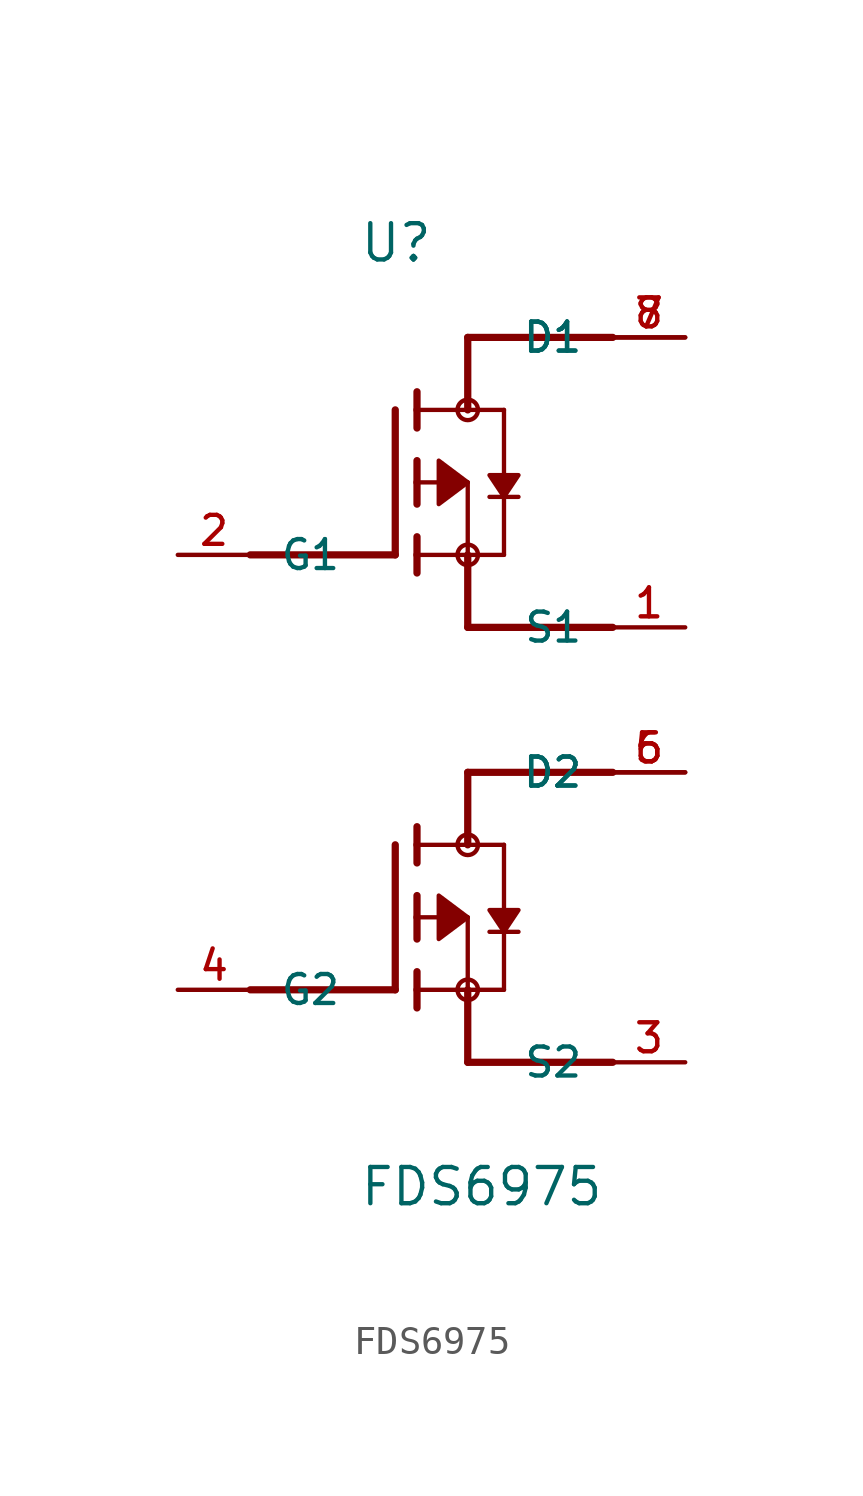
<source format=kicad_sym>
(kicad_symbol_lib
  (version 20211014)
  (generator kicad_symbol_editor)
  (symbol "FDS6975"
    (pin_names
      (offset 1.016))
    (property "Reference" "U"
      (at -3.817 15.269 0)
      (effects (font (size 1.27 1.27)) (justify bottom left)))
    (property "Value" "FDS6975"
      (at -3.815 -17.801 0)
      (effects (font (size 1.27 1.27)) (justify bottom left)))
    (symbol "FDS6975_0_0"
      (polyline (pts (xy -1.778 8.382) (xy -1.778 7.62)) (stroke (width 0.254)))
      (polyline (pts (xy -1.778 7.62) (xy -1.778 6.858)) (stroke (width 0.254)))
      (polyline (pts (xy -1.778 10.795) (xy -1.778 10.16)) (stroke (width 0.254)))
      (polyline (pts (xy -1.778 10.16) (xy -1.778 9.525)) (stroke (width 0.254)))
      (polyline (pts (xy -1.778 7.62) (xy 0.0 7.62)) (stroke (width 0.152)))
      (polyline (pts (xy 0.0 7.62) (xy 0.0 5.08)) (stroke (width 0.152)))
      (polyline (pts (xy -1.778 5.715) (xy -1.778 5.08)) (stroke (width 0.254)))
      (polyline (pts (xy -1.778 5.08) (xy -1.778 4.445)) (stroke (width 0.254)))
      (polyline (pts (xy -2.54 10.16) (xy -2.54 5.08)) (stroke (width 0.254)))
      (polyline (pts (xy 0.0 5.08) (xy -1.778 5.08)) (stroke (width 0.152)))
      (polyline (pts (xy 1.27 10.16) (xy 1.27 7.112)) (stroke (width 0.152)))
      (polyline (pts (xy 1.27 7.112) (xy 1.27 5.08)) (stroke (width 0.152)))
      (polyline (pts (xy 0.0 5.08) (xy 1.27 5.08)) (stroke (width 0.152)))
      (polyline (pts (xy -1.778 10.16) (xy 0.0 10.16)) (stroke (width 0.152)))
      (polyline (pts (xy 0.0 10.16) (xy 1.27 10.16)) (stroke (width 0.152)))
      (polyline (pts (xy 0.762 7.112) (xy 1.27 7.112)) (stroke (width 0.152)))
      (polyline (pts (xy 1.27 7.112) (xy 1.778 7.112)) (stroke (width 0.152)))
      (circle (center 0.0 5.08) (radius 0.359) (stroke (width 0.0)) (fill (type none)))
      (circle (center 0.0 10.16) (radius 0.359) (stroke (width 0.0)) (fill (type none)))
      (polyline (pts (xy 1.27 7.112) (xy 1.778 7.874) (xy 0.762 7.874) (xy 1.27 7.112)) (stroke (width 0.152)) (fill (type outline)))
      (polyline (pts (xy 0.0 7.62) (xy -1.016 6.858) (xy -1.016 8.382) (xy 0.0 7.62)) (stroke (width 0.152)) (fill (type outline)))
      (polyline (pts (xy 0.0 5.08) (xy 0.0 2.54)) (stroke (width 0.254)))
      (polyline (pts (xy 0.0 10.16) (xy 0.0 12.7)) (stroke (width 0.254)))
      (polyline (pts (xy -2.54 5.08) (xy -7.62 5.08)) (stroke (width 0.254)))
      (polyline (pts (xy 0.0 12.7) (xy 5.08 12.7)) (stroke (width 0.254)))
      (polyline (pts (xy 0.0 2.54) (xy 5.08 2.54)) (stroke (width 0.254)))
      (polyline (pts (xy -1.778 -6.858) (xy -1.778 -7.62)) (stroke (width 0.254)))
      (polyline (pts (xy -1.778 -7.62) (xy -1.778 -8.382)) (stroke (width 0.254)))
      (polyline (pts (xy -1.778 -4.445) (xy -1.778 -5.08)) (stroke (width 0.254)))
      (polyline (pts (xy -1.778 -5.08) (xy -1.778 -5.715)) (stroke (width 0.254)))
      (polyline (pts (xy -1.778 -7.62) (xy 0.0 -7.62)) (stroke (width 0.152)))
      (polyline (pts (xy 0.0 -7.62) (xy 0.0 -10.16)) (stroke (width 0.152)))
      (polyline (pts (xy -1.778 -9.525) (xy -1.778 -10.16)) (stroke (width 0.254)))
      (polyline (pts (xy -1.778 -10.16) (xy -1.778 -10.795)) (stroke (width 0.254)))
      (polyline (pts (xy -2.54 -5.08) (xy -2.54 -10.16)) (stroke (width 0.254)))
      (polyline (pts (xy 0.0 -10.16) (xy -1.778 -10.16)) (stroke (width 0.152)))
      (polyline (pts (xy 1.27 -5.08) (xy 1.27 -8.128)) (stroke (width 0.152)))
      (polyline (pts (xy 1.27 -8.128) (xy 1.27 -10.16)) (stroke (width 0.152)))
      (polyline (pts (xy 0.0 -10.16) (xy 1.27 -10.16)) (stroke (width 0.152)))
      (polyline (pts (xy -1.778 -5.08) (xy 0.0 -5.08)) (stroke (width 0.152)))
      (polyline (pts (xy 0.0 -5.08) (xy 1.27 -5.08)) (stroke (width 0.152)))
      (polyline (pts (xy 0.762 -8.128) (xy 1.27 -8.128)) (stroke (width 0.152)))
      (polyline (pts (xy 1.27 -8.128) (xy 1.778 -8.128)) (stroke (width 0.152)))
      (circle (center 0.0 -10.16) (radius 0.359) (stroke (width 0.0)) (fill (type none)))
      (circle (center 0.0 -5.08) (radius 0.359) (stroke (width 0.0)) (fill (type none)))
      (polyline (pts (xy 1.27 -8.128) (xy 1.778 -7.366) (xy 0.762 -7.366) (xy 1.27 -8.128)) (stroke (width 0.152)) (fill (type outline)))
      (polyline (pts (xy 0.0 -7.62) (xy -1.016 -8.382) (xy -1.016 -6.858) (xy 0.0 -7.62)) (stroke (width 0.152)) (fill (type outline)))
      (polyline (pts (xy 0.0 -10.16) (xy 0.0 -12.7)) (stroke (width 0.254)))
      (polyline (pts (xy 0.0 -5.08) (xy 0.0 -2.54)) (stroke (width 0.254)))
      (polyline (pts (xy -2.54 -10.16) (xy -7.62 -10.16)) (stroke (width 0.254)))
      (polyline (pts (xy 0.0 -2.54) (xy 5.08 -2.54)) (stroke (width 0.254)))
      (polyline (pts (xy 0.0 -12.7) (xy 5.08 -12.7)) (stroke (width 0.254)))
      (pin passive line (at 7.62 2.54 180.0) (length 2.54) (name "S1" (effects (font (size 1.016 1.016)))) (number "1" (effects (font (size 1.016 1.016)))))
      (pin passive line (at -10.16 5.08 0) (length 2.54) (name "G1" (effects (font (size 1.016 1.016)))) (number "2" (effects (font (size 1.016 1.016)))))
      (pin passive line (at 7.62 12.7 180.0) (length 2.54) (name "D1" (effects (font (size 1.016 1.016)))) (number "7" (effects (font (size 1.016 1.016)))))
      (pin passive line (at 7.62 12.7 180.0) (length 2.54) (name "D1" (effects (font (size 1.016 1.016)))) (number "8" (effects (font (size 1.016 1.016)))))
      (pin passive line (at 7.62 -12.7 180.0) (length 2.54) (name "S2" (effects (font (size 1.016 1.016)))) (number "3" (effects (font (size 1.016 1.016)))))
      (pin passive line (at -10.16 -10.16 0) (length 2.54) (name "G2" (effects (font (size 1.016 1.016)))) (number "4" (effects (font (size 1.016 1.016)))))
      (pin passive line (at 7.62 -2.54 180.0) (length 2.54) (name "D2" (effects (font (size 1.016 1.016)))) (number "5" (effects (font (size 1.016 1.016)))))
      (pin passive line (at 7.62 -2.54 180.0) (length 2.54) (name "D2" (effects (font (size 1.016 1.016)))) (number "6" (effects (font (size 1.016 1.016))))))))
</source>
